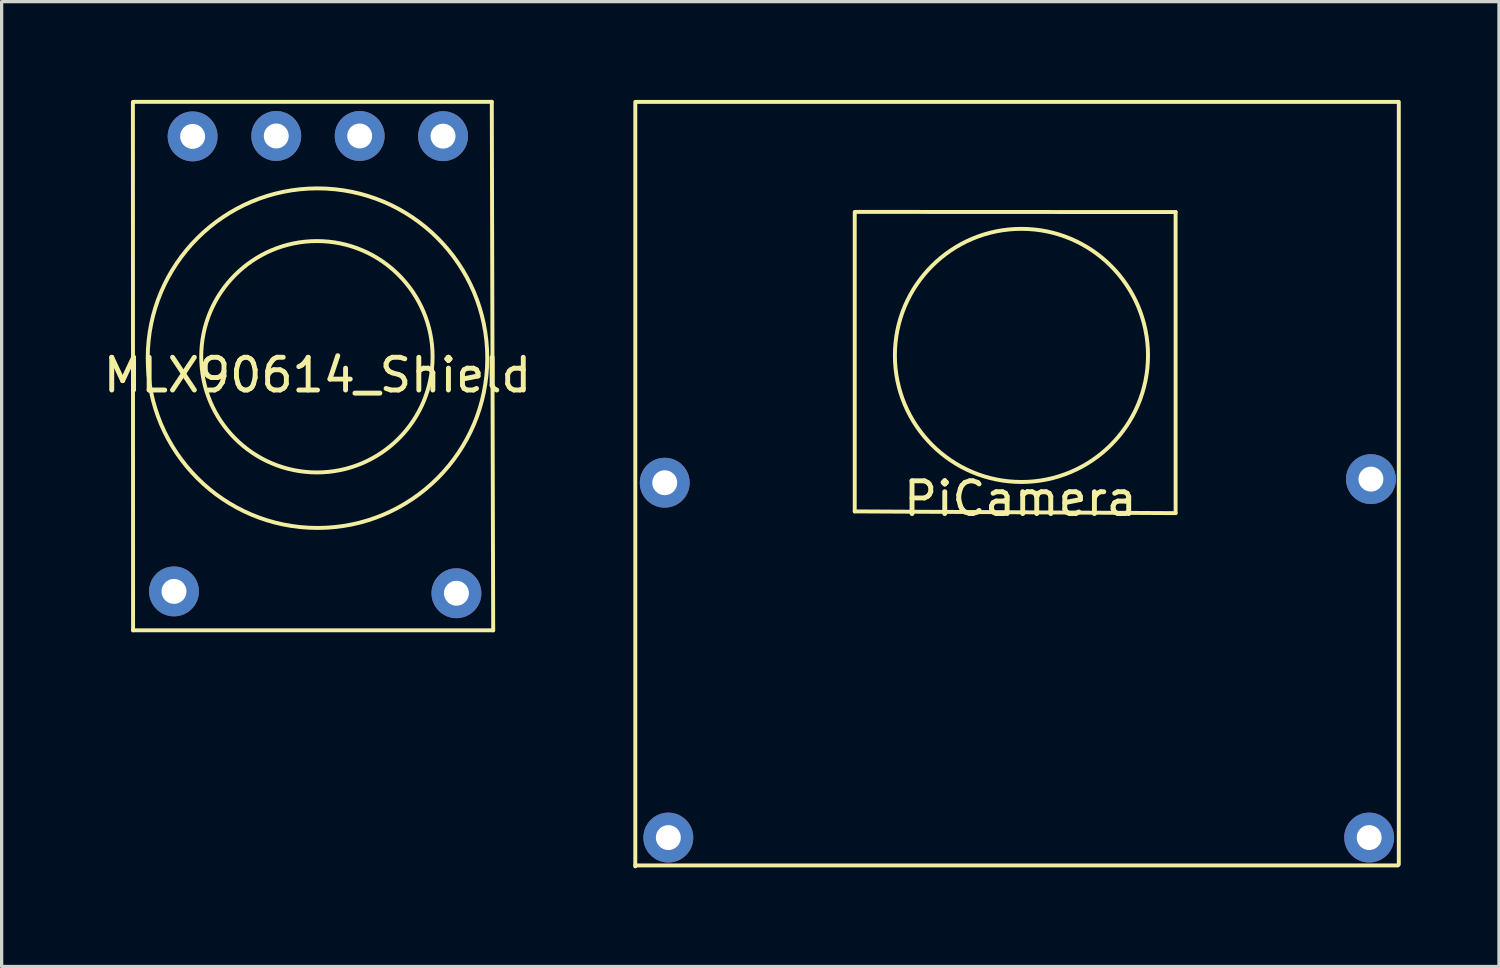
<source format=kicad_pcb>
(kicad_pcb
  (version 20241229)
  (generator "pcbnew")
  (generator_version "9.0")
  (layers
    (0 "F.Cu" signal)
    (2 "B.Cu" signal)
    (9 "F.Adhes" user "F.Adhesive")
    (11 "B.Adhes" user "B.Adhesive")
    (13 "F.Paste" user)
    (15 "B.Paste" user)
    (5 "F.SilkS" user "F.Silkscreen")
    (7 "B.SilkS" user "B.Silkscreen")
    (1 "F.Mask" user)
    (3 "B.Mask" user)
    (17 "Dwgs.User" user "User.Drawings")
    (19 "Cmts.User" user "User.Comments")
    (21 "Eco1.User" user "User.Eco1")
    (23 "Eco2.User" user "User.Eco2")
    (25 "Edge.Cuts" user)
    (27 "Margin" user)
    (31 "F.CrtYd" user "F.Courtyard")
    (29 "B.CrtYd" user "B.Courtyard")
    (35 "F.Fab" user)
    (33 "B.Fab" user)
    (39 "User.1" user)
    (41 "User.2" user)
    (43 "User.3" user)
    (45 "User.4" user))
  (footprint "PiCamera"
    (layer "F.Cu")
    (at 28.12 11.683)
    (property "Reference" "PiCamera" (at 0 0.5 0) (layer "F.SilkS") (effects (font (size 1 1) (thickness 0.15))))
    (attr through_hole)
    (fp_line (start -11.763 -11.62) (end 11.534 -11.62) (stroke (width 0.12) (type solid)) (layer "F.SilkS"))
    (fp_line (start -11.763 -11.565) (end -11.763 11.732) (stroke (width 0.12) (type solid)) (layer "F.SilkS"))
    (fp_line (start -11.763 11.704) (end 11.534 11.704) (stroke (width 0.12) (type solid)) (layer "F.SilkS"))
    (fp_line (start -5.06 0.889) (end -5.06 -8.255) (stroke (width 0.12) (type solid)) (layer "F.SilkS"))
    (fp_line (start -5.047 -8.26) (end 4.742 -8.255) (stroke (width 0.12) (type solid)) (layer "F.SilkS"))
    (fp_line (start 4.742 -8.255) (end 4.742 0.942) (stroke (width 0.12) (type solid)) (layer "F.SilkS"))
    (fp_line (start 4.742 0.942) (end -5.06 0.889) (stroke (width 0.12) (type solid)) (layer "F.SilkS"))
    (fp_line (start 11.56 11.674) (end 11.56 -11.623) (stroke (width 0.12) (type solid)) (layer "F.SilkS"))
    (fp_circle (center 0.033 -3.876) (end -3.033 -6.231) (stroke (width 0.12) (type solid)) (fill no) (layer "F.SilkS"))
    (pad "1" thru_hole circle (at -10.754 10.853) (size 1.524 1.524) (drill 0.762) (layers "*.Cu" "*.Mask"))
    (pad "2" thru_hole circle (at 10.655 10.853) (size 1.524 1.524) (drill 0.762) (layers "*.Cu" "*.Mask"))
    (pad "3" thru_hole circle (at 10.709 -0.097) (size 1.524 1.524) (drill 0.762) (layers "*.Cu" "*.Mask"))
    (pad "4" thru_hole circle (at -10.864 0.013) (size 1.524 1.524) (drill 0.762) (layers "*.Cu" "*.Mask")))
  (footprint "MLX90614_Shield"
    (layer "F.Cu")
    (at 6.649 7.909)
    (property "Reference" "MLX90614_Shield" (at 0 0.5 0) (layer "F.SilkS") (effects (font (size 1 1) (thickness 0.15))))
    (attr through_hole)
    (fp_line (start -5.639 -7.844) (end -5.634 8.296) (stroke (width 0.12) (type solid)) (layer "F.SilkS"))
    (fp_line (start -5.634 8.296) (end 5.367 8.296) (stroke (width 0.12) (type solid)) (layer "F.SilkS"))
    (fp_line (start 5.324 -7.849) (end -5.611 -7.849) (stroke (width 0.12) (type solid)) (layer "F.SilkS"))
    (fp_line (start 5.367 8.296) (end 5.324 -7.849) (stroke (width 0.12) (type solid)) (layer "F.SilkS"))
    (fp_circle (center -0.018 -0.061) (end 3.175 1.453) (stroke (width 0.12) (type solid)) (fill no) (layer "F.SilkS"))
    (fp_circle (center 0 -0.018) (end -2.568 -4.524) (stroke (width 0.12) (type solid)) (fill no) (layer "F.SilkS"))
    (pad "" thru_hole circle (at -4.384 7.107) (size 1.524 1.524) (drill 0.762) (layers "*.Cu" "*.Mask"))
    (pad "" thru_hole circle (at 4.244 7.163) (size 1.524 1.524) (drill 0.762) (layers "*.Cu" "*.Mask"))
    (pad "GND" thru_hole circle (at 1.288 -6.805) (size 1.524 1.524) (drill 0.762) (layers "*.Cu" "*.Mask"))
    (pad "SCL" thru_hole circle (at -1.26 -6.805) (size 1.524 1.524) (drill 0.762) (layers "*.Cu" "*.Mask"))
    (pad "SDA" thru_hole circle (at -3.815 -6.792) (size 1.524 1.524) (drill 0.762) (layers "*.Cu" "*.Mask"))
    (pad "VIN" thru_hole circle (at 3.835 -6.8) (size 1.524 1.524) (drill 0.762) (layers "*.Cu" "*.Mask")))
  (gr_rect
    (start -3 -3)
    (end 42.74 26.475)
    (stroke (width 0.1) (type default))
    (fill no)
    (layer "Edge.Cuts")))
</source>
